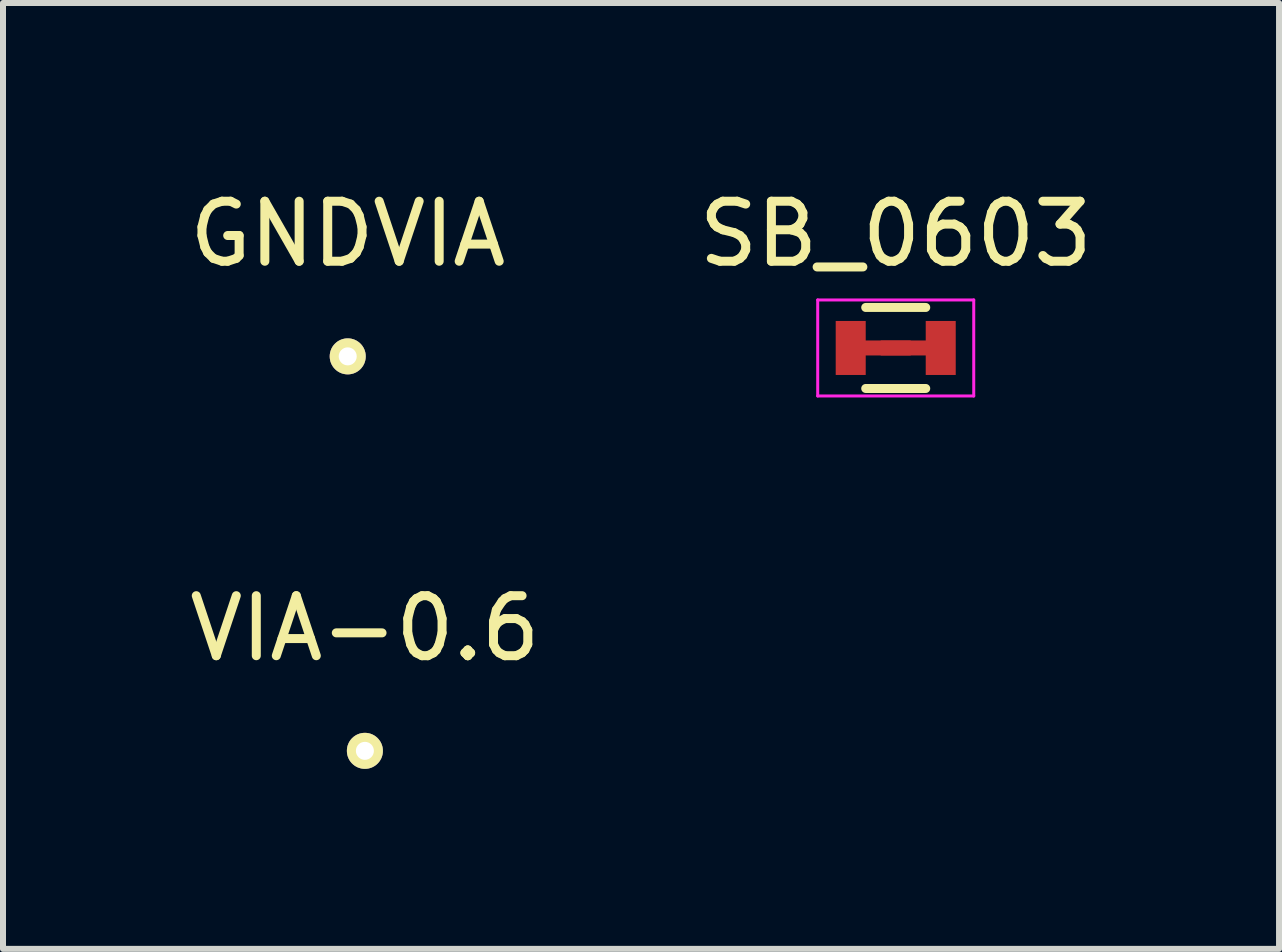
<source format=kicad_pcb>
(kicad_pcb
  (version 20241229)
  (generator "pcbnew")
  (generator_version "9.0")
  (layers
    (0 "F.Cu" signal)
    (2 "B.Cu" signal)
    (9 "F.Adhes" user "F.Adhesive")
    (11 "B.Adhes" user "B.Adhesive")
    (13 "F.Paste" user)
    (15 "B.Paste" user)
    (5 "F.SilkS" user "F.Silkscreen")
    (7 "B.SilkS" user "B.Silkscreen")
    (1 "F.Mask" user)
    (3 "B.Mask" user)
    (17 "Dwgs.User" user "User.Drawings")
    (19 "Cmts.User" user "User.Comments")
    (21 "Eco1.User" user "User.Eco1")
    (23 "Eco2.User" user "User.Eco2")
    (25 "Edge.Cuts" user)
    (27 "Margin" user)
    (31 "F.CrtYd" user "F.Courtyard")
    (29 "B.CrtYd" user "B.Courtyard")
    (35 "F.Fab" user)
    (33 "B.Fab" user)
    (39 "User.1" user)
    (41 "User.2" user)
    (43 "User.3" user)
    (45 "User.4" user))
  (footprint "SB_0603"
    (layer "F.Cu")
    (at 11.875 2.748)
    (property "Reference" "SB_0603" (at 0 -1.9 0) (layer "F.SilkS") (effects (font (size 1 1) (thickness 0.15))))
    (attr smd)
    (fp_line (start 0.5 0) (end -0.5 0) (stroke (width 0.25) (type solid)) (layer "F.Cu"))
    (fp_line (start -0.5 -0.675) (end 0.5 -0.675) (stroke (width 0.15) (type solid)) (layer "F.SilkS"))
    (fp_line (start 0.5 0.675) (end -0.5 0.675) (stroke (width 0.15) (type solid)) (layer "F.SilkS"))
    (fp_line (start -1.3 -0.8) (end -1.3 0.8) (stroke (width 0.05) (type solid)) (layer "F.CrtYd"))
    (fp_line (start -1.3 -0.8) (end 1.3 -0.8) (stroke (width 0.05) (type solid)) (layer "F.CrtYd"))
    (fp_line (start -1.3 0.8) (end 1.3 0.8) (stroke (width 0.05) (type solid)) (layer "F.CrtYd"))
    (fp_line (start 1.3 -0.8) (end 1.3 0.8) (stroke (width 0.05) (type solid)) (layer "F.CrtYd"))
    (pad "" smd rect (at 0 0) (size 0.5 0.25) (layers "F.Cu" "F.Mask"))
    (pad "1" smd rect (at -0.75 0) (size 0.5 0.9) (layers "F.Cu" "F.Mask" "F.Paste"))
    (pad "2" smd rect (at 0.75 0) (size 0.5 0.9) (layers "F.Cu" "F.Mask" "F.Paste")))
  (footprint "GNDVIA"
    (layer "F.Cu")
    (at 2.744 0.348)
    (property "Reference" "GNDVIA" (at 0 0.5 0) (layer "F.SilkS") (effects (font (size 1 1) (thickness 0.15))))
    (attr through_hole)
    (pad "1" thru_hole circle (at 0 2.54) (size 0.6 0.6) (drill 0.3) (layers "*.Cu" "*.Mask" "F.SilkS")))
  (footprint "VIA-0.6"
    (layer "F.Cu")
    (at 3.03 6.921)
    (property "Reference" "VIA-0.6" (at 0 0.5 0) (layer "F.SilkS") (effects (font (size 1 1) (thickness 0.15))))
    (attr through_hole)
    (pad "1" thru_hole circle (at 0 2.54) (size 0.6 0.6) (drill 0.3) (layers "*.Cu" "*.Mask" "F.SilkS")))
  (gr_rect
    (start -3 -3)
    (end 18.262 12.761)
    (stroke (width 0.1) (type default))
    (fill no)
    (layer "Edge.Cuts")))
</source>
